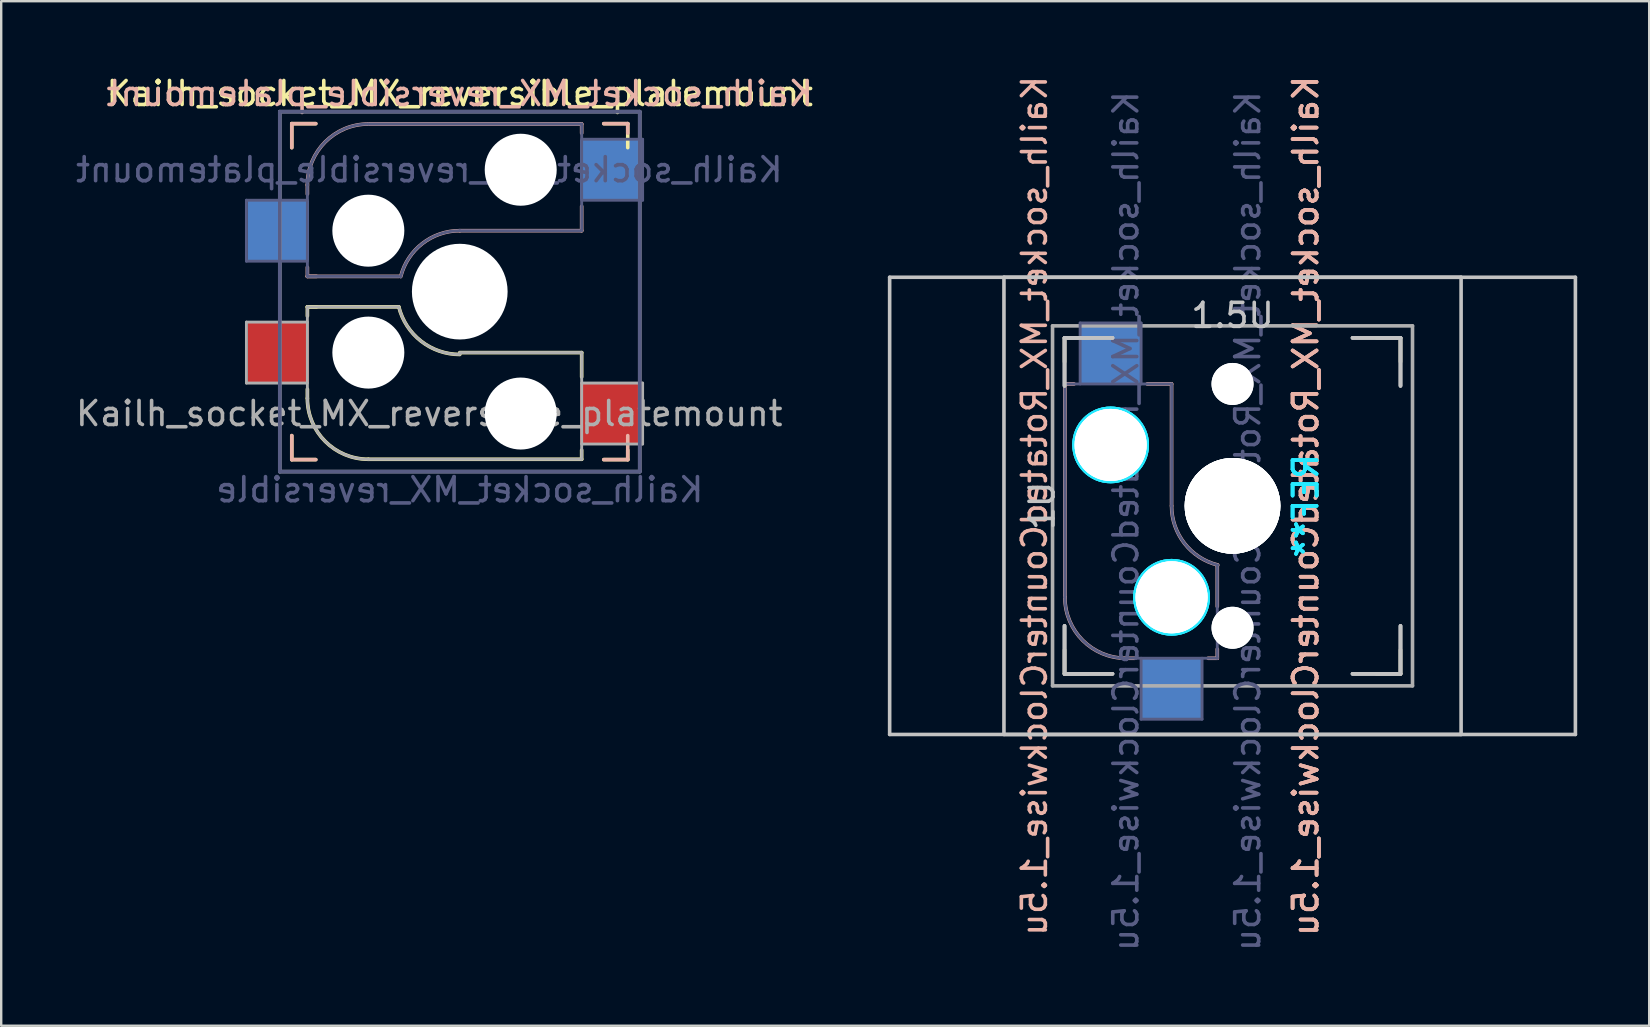
<source format=kicad_pcb>
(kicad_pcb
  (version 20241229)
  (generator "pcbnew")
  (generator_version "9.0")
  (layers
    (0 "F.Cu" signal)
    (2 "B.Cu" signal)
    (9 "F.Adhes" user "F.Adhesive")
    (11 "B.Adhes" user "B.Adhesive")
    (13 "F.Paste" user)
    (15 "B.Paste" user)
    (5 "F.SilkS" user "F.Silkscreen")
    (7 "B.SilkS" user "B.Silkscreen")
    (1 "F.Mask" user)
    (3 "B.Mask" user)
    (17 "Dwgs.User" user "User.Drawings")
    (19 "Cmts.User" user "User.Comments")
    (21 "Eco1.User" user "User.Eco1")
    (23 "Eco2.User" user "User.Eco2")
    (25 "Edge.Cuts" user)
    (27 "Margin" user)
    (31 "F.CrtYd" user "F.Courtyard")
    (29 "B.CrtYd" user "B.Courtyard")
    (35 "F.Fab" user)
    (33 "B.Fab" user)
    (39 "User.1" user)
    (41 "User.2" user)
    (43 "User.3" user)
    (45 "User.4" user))
  (footprint "Kailh_socket_MX_reversible_platemount"
    (layer "F.Cu")
    (at 16.109 9.103)
    (property "Reference" "Kailh_socket_MX_reversible_platemount" (at 0 -8.255 0) (layer "F.SilkS") (effects (font (size 1 1) (thickness 0.15))))
    (property "Value" "Kailh_socket_MX_reversible" (at 0 8.255 0) (layer "F.Fab") (hide yes) (effects (font (size 1 1) (thickness 0.15))))
    (attr smd)
    (fp_line (start -7 -7) (end -6 -7) (stroke (width 0.15) (type solid)) (layer "F.SilkS"))
    (fp_line (start -7 -6) (end -7 -7) (stroke (width 0.15) (type solid)) (layer "F.SilkS"))
    (fp_line (start -7 7) (end -7 6) (stroke (width 0.15) (type solid)) (layer "F.SilkS"))
    (fp_line (start -6.35 0.635) (end -5.969 0.635) (stroke (width 0.15) (type solid)) (layer "F.SilkS"))
    (fp_line (start -6.35 0.635) (end -2.54 0.635) (stroke (width 0.15) (type solid)) (layer "F.SilkS"))
    (fp_line (start -6.35 1.016) (end -6.35 0.635) (stroke (width 0.15) (type solid)) (layer "F.SilkS"))
    (fp_line (start -6.35 4.445) (end -6.35 4.064) (stroke (width 0.15) (type solid)) (layer "F.SilkS"))
    (fp_line (start -6 7) (end -7 7) (stroke (width 0.15) (type solid)) (layer "F.SilkS"))
    (fp_line (start 0 2.54) (end 5.08 2.54) (stroke (width 0.15) (type solid)) (layer "F.SilkS"))
    (fp_line (start 5.08 2.54) (end 5.08 3.556) (stroke (width 0.15) (type solid)) (layer "F.SilkS"))
    (fp_line (start 5.08 6.604) (end 5.08 6.985) (stroke (width 0.15) (type solid)) (layer "F.SilkS"))
    (fp_line (start 5.08 6.985) (end -3.81 6.985) (stroke (width 0.15) (type solid)) (layer "F.SilkS"))
    (fp_line (start 6 -7) (end 7 -7) (stroke (width 0.15) (type solid)) (layer "F.SilkS"))
    (fp_line (start 7 -7) (end 7 -6) (stroke (width 0.15) (type solid)) (layer "F.SilkS"))
    (fp_line (start 7 6.604) (end 7 7) (stroke (width 0.15) (type solid)) (layer "F.SilkS"))
    (fp_line (start 7 7) (end 6 7) (stroke (width 0.15) (type solid)) (layer "F.SilkS"))
    (fp_arc (start -3.81 6.985) (mid -5.606051 6.241051) (end -6.35 4.445) (stroke (width 0.15) (type solid)) (layer "F.SilkS"))
    (fp_arc (start -0.000001 2.618171) (mid -1.611255 2.063656) (end -2.539999 0.634999) (stroke (width 0.15) (type solid)) (layer "F.SilkS"))
    (fp_line (start -7 -7) (end -6 -7) (stroke (width 0.15) (type solid)) (layer "B.SilkS"))
    (fp_line (start -7 -6) (end -7 -7) (stroke (width 0.15) (type solid)) (layer "B.SilkS"))
    (fp_line (start -7 7) (end -7 6) (stroke (width 0.15) (type solid)) (layer "B.SilkS"))
    (fp_line (start -6.35 -4.445) (end -6.35 -4.064) (stroke (width 0.15) (type solid)) (layer "B.SilkS"))
    (fp_line (start -6.35 -1.016) (end -6.35 -0.635) (stroke (width 0.15) (type solid)) (layer "B.SilkS"))
    (fp_line (start -6.35 -0.635) (end -5.969 -0.635) (stroke (width 0.15) (type solid)) (layer "B.SilkS"))
    (fp_line (start -6.35 -0.635) (end -2.54 -0.635) (stroke (width 0.15) (type solid)) (layer "B.SilkS"))
    (fp_line (start -6 7) (end -7 7) (stroke (width 0.15) (type solid)) (layer "B.SilkS"))
    (fp_line (start 0 -2.54) (end 5.08 -2.54) (stroke (width 0.15) (type solid)) (layer "B.SilkS"))
    (fp_line (start 5.08 -6.985) (end -3.81 -6.985) (stroke (width 0.15) (type solid)) (layer "B.SilkS"))
    (fp_line (start 5.08 -6.604) (end 5.08 -6.985) (stroke (width 0.15) (type solid)) (layer "B.SilkS"))
    (fp_line (start 5.08 -2.54) (end 5.08 -3.556) (stroke (width 0.15) (type solid)) (layer "B.SilkS"))
    (fp_line (start 6 -7) (end 7 -7) (stroke (width 0.15) (type solid)) (layer "B.SilkS"))
    (fp_line (start 7 -7) (end 7 -6.604) (stroke (width 0.15) (type solid)) (layer "B.SilkS"))
    (fp_line (start 7 6) (end 7 7) (stroke (width 0.15) (type solid)) (layer "B.SilkS"))
    (fp_line (start 7 7) (end 6 7) (stroke (width 0.15) (type solid)) (layer "B.SilkS"))
    (fp_arc (start -6.35 -4.445) (mid -5.606051 -6.241051) (end -3.81 -6.985) (stroke (width 0.15) (type solid)) (layer "B.SilkS"))
    (fp_arc (start -2.461268 -0.627503) (mid -1.558484 -2.005674) (end 0 -2.54) (stroke (width 0.15) (type solid)) (layer "B.SilkS"))
    (fp_line (start -6.9 6.9) (end -6.9 -6.9) (stroke (width 0.15) (type solid)) (layer "Eco2.User"))
    (fp_line (start -6.9 6.9) (end 6.9 6.9) (stroke (width 0.15) (type solid)) (layer "Eco2.User"))
    (fp_line (start 6.9 -6.9) (end -6.9 -6.9) (stroke (width 0.15) (type solid)) (layer "Eco2.User"))
    (fp_line (start 6.9 -6.9) (end 6.9 6.9) (stroke (width 0.15) (type solid)) (layer "Eco2.User"))
    (fp_line (start -8.89 -3.81) (end -8.89 -1.27) (stroke (width 0.12) (type solid)) (layer "B.Fab"))
    (fp_line (start -8.89 -1.27) (end -6.35 -1.27) (stroke (width 0.12) (type solid)) (layer "B.Fab"))
    (fp_line (start -7.5 -7.5) (end 7.5 -7.5) (stroke (width 0.15) (type solid)) (layer "B.Fab"))
    (fp_line (start -7.5 7.5) (end -7.5 -7.5) (stroke (width 0.15) (type solid)) (layer "B.Fab"))
    (fp_line (start -6.35 -4.445) (end -6.35 -0.635) (stroke (width 0.12) (type solid)) (layer "B.Fab"))
    (fp_line (start -6.35 -3.81) (end -8.89 -3.81) (stroke (width 0.12) (type solid)) (layer "B.Fab"))
    (fp_line (start -6.35 -0.635) (end -2.54 -0.635) (stroke (width 0.12) (type solid)) (layer "B.Fab"))
    (fp_line (start 0 -2.54) (end 5.08 -2.54) (stroke (width 0.12) (type solid)) (layer "B.Fab"))
    (fp_line (start 5.08 -6.985) (end -3.81 -6.985) (stroke (width 0.12) (type solid)) (layer "B.Fab"))
    (fp_line (start 5.08 -3.81) (end 7.62 -3.81) (stroke (width 0.12) (type solid)) (layer "B.Fab"))
    (fp_line (start 5.08 -2.54) (end 5.08 -6.985) (stroke (width 0.12) (type solid)) (layer "B.Fab"))
    (fp_line (start 7.5 -7.5) (end 7.5 7.5) (stroke (width 0.15) (type solid)) (layer "B.Fab"))
    (fp_line (start 7.5 7.5) (end -7.5 7.5) (stroke (width 0.15) (type solid)) (layer "B.Fab"))
    (fp_line (start 7.62 -6.35) (end 5.08 -6.35) (stroke (width 0.12) (type solid)) (layer "B.Fab"))
    (fp_line (start 7.62 -3.81) (end 7.62 -6.35) (stroke (width 0.12) (type solid)) (layer "B.Fab"))
    (fp_arc (start -6.35 -4.445) (mid -5.606051 -6.241051) (end -3.81 -6.985) (stroke (width 0.12) (type solid)) (layer "B.Fab"))
    (fp_arc (start -2.464162 -0.61604) (mid -1.563147 -2.002042) (end 0 -2.54) (stroke (width 0.12) (type solid)) (layer "B.Fab"))
    (fp_line (start -8.89 1.27) (end -8.89 3.81) (stroke (width 0.12) (type solid)) (layer "F.Fab"))
    (fp_line (start -8.89 3.81) (end -6.35 3.81) (stroke (width 0.12) (type solid)) (layer "F.Fab"))
    (fp_line (start -7.5 -7.5) (end 7.5 -7.5) (stroke (width 0.15) (type solid)) (layer "F.Fab"))
    (fp_line (start -7.5 7.5) (end -7.5 -7.5) (stroke (width 0.15) (type solid)) (layer "F.Fab"))
    (fp_line (start -6.35 0.635) (end -6.35 4.445) (stroke (width 0.12) (type solid)) (layer "F.Fab"))
    (fp_line (start -6.35 1.27) (end -8.89 1.27) (stroke (width 0.12) (type solid)) (layer "F.Fab"))
    (fp_line (start -3.81 6.985) (end 5.08 6.985) (stroke (width 0.12) (type solid)) (layer "F.Fab"))
    (fp_line (start -2.54 0.635) (end -6.35 0.635) (stroke (width 0.12) (type solid)) (layer "F.Fab"))
    (fp_line (start 5.08 2.54) (end 0 2.54) (stroke (width 0.12) (type solid)) (layer "F.Fab"))
    (fp_line (start 5.08 6.35) (end 7.62 6.35) (stroke (width 0.12) (type solid)) (layer "F.Fab"))
    (fp_line (start 5.08 6.985) (end 5.08 2.54) (stroke (width 0.12) (type solid)) (layer "F.Fab"))
    (fp_line (start 7.5 -7.5) (end 7.5 7.5) (stroke (width 0.15) (type solid)) (layer "F.Fab"))
    (fp_line (start 7.5 7.5) (end -7.5 7.5) (stroke (width 0.15) (type solid)) (layer "F.Fab"))
    (fp_line (start 7.62 3.81) (end 5.08 3.81) (stroke (width 0.12) (type solid)) (layer "F.Fab"))
    (fp_line (start 7.62 6.35) (end 7.62 3.81) (stroke (width 0.12) (type solid)) (layer "F.Fab"))
    (fp_arc (start -3.81 6.985) (mid -5.606051 6.241051) (end -6.35 4.445) (stroke (width 0.12) (type solid)) (layer "F.Fab"))
    (fp_arc (start -0.000001 2.618171) (mid -1.611255 2.063656) (end -2.539999 0.634999) (stroke (width 0.12) (type solid)) (layer "F.Fab"))
    (fp_text user "${REFERENCE}" (at 0 -8.255 0) (layer "B.SilkS") (effects (font (size 1 1) (thickness 0.15)) (justify mirror)))
    (fp_text user "${REFERENCE}" (at -1.27 -5.08 0) (layer "B.Fab") (effects (font (size 1 1) (thickness 0.15)) (justify mirror)))
    (fp_text user "${VALUE}" (at 0 8.255 0) (layer "B.Fab") (effects (font (size 1 1) (thickness 0.15)) (justify mirror)))
    (fp_text user "${REFERENCE}" (at -1.27 5.08 0) (layer "F.Fab") (effects (font (size 1 1) (thickness 0.15))))
    (pad "" np_thru_hole circle (at -3.81 -2.54) (size 3 3) (drill 3) (layers "*.Cu" "*.Mask"))
    (pad "" np_thru_hole circle (at -3.81 2.54) (size 3 3) (drill 3) (layers "*.Cu" "*.Mask"))
    (pad "" np_thru_hole circle (at 0 0) (size 3.988 3.988) (drill 3.988) (layers "*.Cu" "*.Mask"))
    (pad "" np_thru_hole circle (at 2.54 -5.08) (size 3 3) (drill 3) (layers "*.Cu" "*.Mask"))
    (pad "" np_thru_hole circle (at 2.54 5.08) (size 3 3) (drill 3) (layers "*.Cu" "*.Mask"))
    (pad "1" smd rect (at 6.29 -5.08) (size 2.55 2.5) (layers "B.Cu" "B.Mask" "B.Paste"))
    (pad "1" smd rect (at 6.29 5.08) (size 2.55 2.5) (layers "F.Cu" "F.Mask" "F.Paste"))
    (pad "2" smd rect (at -7.56 -2.54) (size 2.55 2.5) (layers "B.Cu" "B.Mask" "B.Paste"))
    (pad "2" smd rect (at -7.56 2.54) (size 2.55 2.5) (layers "F.Cu" "F.Mask" "F.Paste")))
  (footprint "Kailh_socket_MX_RotatedCounterClockwise_1.5u"
    (layer "F.Cu")
    (at 43.739 17.522)
    (property "Reference" "Kailh_socket_MX_RotatedCounterClockwise_1.5u" (at -3.683 0.508 90) (layer "B.SilkS") (effects (font (size 1 1) (thickness 0.15)) (justify mirror)))
    (property "Value" "Kailh_socket_MX_RotatedCounterClockwise_1.5u" (at 12.827 0.508 90) (layer "F.Fab") (hide yes) (effects (font (size 1 1) (thickness 0.15))))
    (attr smd)
    (fp_line (start -2.428 -6.492) (end -2.428 -5.492) (stroke (width 0.15) (type solid)) (layer "F.SilkS"))
    (fp_line (start -2.428 -6.492) (end -1.428 -6.492) (stroke (width 0.15) (type solid)) (layer "F.SilkS"))
    (fp_line (start -2.428 6.508) (end -2.428 7.508) (stroke (width 0.15) (type solid)) (layer "F.SilkS"))
    (fp_line (start -1.428 7.508) (end -2.428 7.508) (stroke (width 0.15) (type solid)) (layer "F.SilkS"))
    (fp_line (start 10.572 -6.492) (end 11.572 -6.492) (stroke (width 0.15) (type solid)) (layer "F.SilkS"))
    (fp_line (start 11.572 -5.492) (end 11.572 -6.492) (stroke (width 0.15) (type solid)) (layer "F.SilkS"))
    (fp_line (start 11.572 7.508) (end 10.572 7.508) (stroke (width 0.15) (type solid)) (layer "F.SilkS"))
    (fp_line (start 11.572 7.508) (end 11.572 6.508) (stroke (width 0.15) (type solid)) (layer "F.SilkS"))
    (fp_line (start -2.413 -4.572) (end -2.032 -4.572) (stroke (width 0.15) (type solid)) (layer "B.SilkS"))
    (fp_line (start -2.413 4.318) (end -2.413 -4.572) (stroke (width 0.15) (type solid)) (layer "B.SilkS"))
    (fp_line (start 0.127 6.858) (end 0.508 6.858) (stroke (width 0.15) (type solid)) (layer "B.SilkS"))
    (fp_line (start 1.016 -4.572) (end 2.032 -4.572) (stroke (width 0.15) (type solid)) (layer "B.SilkS"))
    (fp_line (start 2.032 -4.572) (end 2.032 0.508) (stroke (width 0.15) (type solid)) (layer "B.SilkS"))
    (fp_line (start 3.556 6.858) (end 3.937 6.858) (stroke (width 0.15) (type solid)) (layer "B.SilkS"))
    (fp_line (start 3.937 2.972) (end 3.937 4.699) (stroke (width 0.15) (type solid)) (layer "B.SilkS"))
    (fp_line (start 3.937 6.477) (end 3.937 6.858) (stroke (width 0.15) (type solid)) (layer "B.SilkS"))
    (fp_arc (start 0.127 6.858) (mid -1.669051 6.114051) (end -2.413 4.318) (stroke (width 0.15) (type solid)) (layer "B.SilkS"))
    (fp_arc (start 3.95596 2.972162) (mid 2.569958 2.071147) (end 2.032 0.508) (stroke (width 0.15) (type solid)) (layer "B.SilkS"))
    (fp_line (start -9.716 -9.017) (end 18.86 -9.017) (stroke (width 0.15) (type solid)) (layer "Dwgs.User"))
    (fp_line (start -9.716 10.033) (end -9.716 -9.017) (stroke (width 0.15) (type solid)) (layer "Dwgs.User"))
    (fp_line (start -4.953 -9.017) (end 14.097 -9.017) (stroke (width 0.15) (type solid)) (layer "Dwgs.User"))
    (fp_line (start -4.953 10.033) (end -4.953 -9.017) (stroke (width 0.15) (type solid)) (layer "Dwgs.User"))
    (fp_line (start -2.428 -6.492) (end -0.428 -6.492) (stroke (width 0.15) (type solid)) (layer "Dwgs.User"))
    (fp_line (start -2.428 -6.492) (end -0.428 -6.492) (stroke (width 0.15) (type solid)) (layer "Dwgs.User"))
    (fp_line (start -2.428 -6.492) (end -0.428 -6.492) (stroke (width 0.15) (type solid)) (layer "Dwgs.User"))
    (fp_line (start -2.428 -4.492) (end -2.428 -6.492) (stroke (width 0.15) (type solid)) (layer "Dwgs.User"))
    (fp_line (start -2.428 -4.492) (end -2.428 -6.492) (stroke (width 0.15) (type solid)) (layer "Dwgs.User"))
    (fp_line (start -2.428 -4.492) (end -2.428 -6.492) (stroke (width 0.15) (type solid)) (layer "Dwgs.User"))
    (fp_line (start -2.428 5.508) (end -2.428 7.508) (stroke (width 0.15) (type solid)) (layer "Dwgs.User"))
    (fp_line (start -2.428 5.508) (end -2.428 7.508) (stroke (width 0.15) (type solid)) (layer "Dwgs.User"))
    (fp_line (start -2.428 5.508) (end -2.428 7.508) (stroke (width 0.15) (type solid)) (layer "Dwgs.User"))
    (fp_line (start -2.428 7.508) (end -0.428 7.508) (stroke (width 0.15) (type solid)) (layer "Dwgs.User"))
    (fp_line (start -2.428 7.508) (end -0.428 7.508) (stroke (width 0.15) (type solid)) (layer "Dwgs.User"))
    (fp_line (start -2.428 7.508) (end -0.428 7.508) (stroke (width 0.15) (type solid)) (layer "Dwgs.User"))
    (fp_line (start 9.572 7.508) (end 11.572 7.508) (stroke (width 0.15) (type solid)) (layer "Dwgs.User"))
    (fp_line (start 9.572 7.508) (end 11.572 7.508) (stroke (width 0.15) (type solid)) (layer "Dwgs.User"))
    (fp_line (start 9.572 7.508) (end 11.572 7.508) (stroke (width 0.15) (type solid)) (layer "Dwgs.User"))
    (fp_line (start 11.572 -6.492) (end 9.572 -6.492) (stroke (width 0.15) (type solid)) (layer "Dwgs.User"))
    (fp_line (start 11.572 -6.492) (end 9.572 -6.492) (stroke (width 0.15) (type solid)) (layer "Dwgs.User"))
    (fp_line (start 11.572 -6.492) (end 9.572 -6.492) (stroke (width 0.15) (type solid)) (layer "Dwgs.User"))
    (fp_line (start 11.572 -4.492) (end 11.572 -6.492) (stroke (width 0.15) (type solid)) (layer "Dwgs.User"))
    (fp_line (start 11.572 -4.492) (end 11.572 -6.492) (stroke (width 0.15) (type solid)) (layer "Dwgs.User"))
    (fp_line (start 11.572 -4.492) (end 11.572 -6.492) (stroke (width 0.15) (type solid)) (layer "Dwgs.User"))
    (fp_line (start 11.572 7.508) (end 11.572 5.508) (stroke (width 0.15) (type solid)) (layer "Dwgs.User"))
    (fp_line (start 11.572 7.508) (end 11.572 5.508) (stroke (width 0.15) (type solid)) (layer "Dwgs.User"))
    (fp_line (start 11.572 7.508) (end 11.572 5.508) (stroke (width 0.15) (type solid)) (layer "Dwgs.User"))
    (fp_line (start 14.097 -9.017) (end 14.097 10.033) (stroke (width 0.15) (type solid)) (layer "Dwgs.User"))
    (fp_line (start 14.097 10.033) (end -4.953 10.033) (stroke (width 0.15) (type solid)) (layer "Dwgs.User"))
    (fp_line (start 18.86 -9.017) (end 18.86 10.033) (stroke (width 0.15) (type solid)) (layer "Dwgs.User"))
    (fp_line (start 18.86 10.033) (end -9.716 10.033) (stroke (width 0.15) (type solid)) (layer "Dwgs.User"))
    (fp_line (start -2.328 -6.392) (end -2.328 7.408) (stroke (width 0.15) (type solid)) (layer "Eco2.User"))
    (fp_line (start -2.328 -6.392) (end 11.472 -6.392) (stroke (width 0.15) (type solid)) (layer "Eco2.User"))
    (fp_line (start 11.472 7.408) (end -2.328 7.408) (stroke (width 0.15) (type solid)) (layer "Eco2.User"))
    (fp_line (start 11.472 7.408) (end 11.472 -6.392) (stroke (width 0.15) (type solid)) (layer "Eco2.User"))
    (fp_circle (center -0.508 -2.032) (end -2.032 -2.032) (stroke (width 0.15) (type solid)) (fill no) (layer "B.CrtYd"))
    (fp_circle (center -0.508 -2.032) (end -2.032 -2.032) (stroke (width 0.15) (type solid)) (fill no) (layer "B.CrtYd"))
    (fp_circle (center -0.508 -2.032) (end -2.032 -2.032) (stroke (width 0.15) (type solid)) (fill no) (layer "B.CrtYd"))
    (fp_circle (center 2.032 4.318) (end 0.508 4.318) (stroke (width 0.15) (type solid)) (fill no) (layer "B.CrtYd"))
    (fp_circle (center 2.032 4.318) (end 0.508 4.318) (stroke (width 0.15) (type solid)) (fill no) (layer "B.CrtYd"))
    (fp_circle (center 2.032 4.318) (end 0.508 4.318) (stroke (width 0.15) (type solid)) (fill no) (layer "B.CrtYd"))
    (fp_line (start -2.413 -4.572) (end 2.032 -4.572) (stroke (width 0.12) (type solid)) (layer "B.Fab"))
    (fp_line (start -2.413 4.318) (end -2.413 -4.572) (stroke (width 0.12) (type solid)) (layer "B.Fab"))
    (fp_line (start -1.778 -7.112) (end 0.762 -7.112) (stroke (width 0.12) (type solid)) (layer "B.Fab"))
    (fp_line (start -1.778 -4.572) (end -1.778 -7.112) (stroke (width 0.12) (type solid)) (layer "B.Fab"))
    (fp_line (start 0.762 -7.112) (end 0.762 -4.572) (stroke (width 0.12) (type solid)) (layer "B.Fab"))
    (fp_line (start 0.762 9.398) (end 0.762 6.858) (stroke (width 0.12) (type solid)) (layer "B.Fab"))
    (fp_line (start 2.032 -4.572) (end 2.032 0.508) (stroke (width 0.12) (type solid)) (layer "B.Fab"))
    (fp_line (start 3.302 6.858) (end 3.302 9.398) (stroke (width 0.12) (type solid)) (layer "B.Fab"))
    (fp_line (start 3.302 9.398) (end 0.762 9.398) (stroke (width 0.12) (type solid)) (layer "B.Fab"))
    (fp_line (start 3.937 6.858) (end 0.127 6.858) (stroke (width 0.12) (type solid)) (layer "B.Fab"))
    (fp_line (start 3.937 6.858) (end 3.937 3.048) (stroke (width 0.12) (type solid)) (layer "B.Fab"))
    (fp_arc (start 0.127 6.858) (mid -1.669051 6.114051) (end -2.413 4.318) (stroke (width 0.12) (type solid)) (layer "B.Fab"))
    (fp_arc (start 3.95596 2.972162) (mid 2.569958 2.071147) (end 2.032 0.508) (stroke (width 0.12) (type solid)) (layer "B.Fab"))
    (fp_line (start -2.928 -6.992) (end 12.072 -6.992) (stroke (width 0.15) (type solid)) (layer "F.Fab"))
    (fp_line (start -2.928 8.008) (end -2.928 -6.992) (stroke (width 0.15) (type solid)) (layer "F.Fab"))
    (fp_line (start 12.072 -6.992) (end 12.072 8.008) (stroke (width 0.15) (type solid)) (layer "F.Fab"))
    (fp_line (start 12.072 8.008) (end -2.928 8.008) (stroke (width 0.15) (type solid)) (layer "F.Fab"))
    (fp_text user "${REFERENCE}" (at 7.62 0.508 90) (layer "B.SilkS") (effects (font (size 1 1) (thickness 0.15)) (justify mirror)))
    (fp_text user "${REFERENCE}" (at 7.62 0.508 90) (layer "B.SilkS") (effects (font (size 1 1) (thickness 0.15)) (justify mirror)))
    (fp_text user "${REFERENCE}" (at 7.62 0.508 90) (layer "B.SilkS") (effects (font (size 1 1) (thickness 0.15)) (justify mirror)))
    (fp_text user "1U" (at -3.365 0.508 90) (layer "Dwgs.User") (effects (font (size 1 1) (thickness 0.15))))
    (fp_text user "1.5U" (at 4.572 -7.429 0) (layer "Dwgs.User") (effects (font (size 1 1) (thickness 0.15))))
    (fp_text user "REF**" (at 7.62 0.508 90) (layer "B.CrtYd") (effects (font (size 1 1) (thickness 0.15)) (justify mirror)))
    (fp_text user "REF**" (at 7.62 0.508 90) (layer "B.CrtYd") (effects (font (size 1 1) (thickness 0.15)) (justify mirror)))
    (fp_text user "REF**" (at 7.62 0.508 90) (layer "B.CrtYd") (effects (font (size 1 1) (thickness 0.15)) (justify mirror)))
    (fp_text user "${VALUE}" (at 5.207 1.143 90) (layer "B.Fab") (effects (font (size 1 1) (thickness 0.15)) (justify mirror)))
    (fp_text user "${REFERENCE}" (at 0.127 1.143 90) (layer "B.Fab") (effects (font (size 1 1) (thickness 0.15)) (justify mirror)))
    (pad "" np_thru_hole circle (at -0.508 -2.032 90) (size 3 3) (drill 3) (layers "*.Cu" "*.Mask"))
    (pad "" np_thru_hole circle (at -0.508 -2.032 90) (size 3 3) (drill 3) (layers "*.Cu" "*.Mask"))
    (pad "" np_thru_hole circle (at -0.508 -2.032 90) (size 3 3) (drill 3) (layers "*.Cu" "*.Mask"))
    (pad "" np_thru_hole circle (at 2.032 4.318 90) (size 3 3) (drill 3) (layers "*.Cu" "*.Mask"))
    (pad "" np_thru_hole circle (at 2.032 4.318 90) (size 3 3) (drill 3) (layers "*.Cu" "*.Mask"))
    (pad "" np_thru_hole circle (at 2.032 4.318 90) (size 3 3) (drill 3) (layers "*.Cu" "*.Mask"))
    (pad "" np_thru_hole circle (at 4.572 -4.572 90) (size 1.702 1.702) (drill 1.702) (layers "*.Cu" "*.Mask"))
    (pad "" np_thru_hole circle (at 4.572 -4.572 138.1) (size 1.75 1.75) (drill 1.75) (layers "*.Cu" "*.Mask"))
    (pad "" np_thru_hole circle (at 4.572 -4.572 138.1) (size 1.75 1.75) (drill 1.75) (layers "*.Cu" "*.Mask"))
    (pad "" np_thru_hole circle (at 4.572 0.508 90) (size 3.988 3.988) (drill 3.988) (layers "*.Cu" "*.Mask"))
    (pad "" np_thru_hole circle (at 4.572 0.508 90) (size 3.988 3.988) (drill 3.988) (layers "*.Cu" "*.Mask"))
    (pad "" np_thru_hole circle (at 4.572 0.508 90) (size 3.988 3.988) (drill 3.988) (layers "*.Cu" "*.Mask"))
    (pad "" np_thru_hole circle (at 4.572 0.508 90) (size 3.988 3.988) (drill 3.988) (layers "*.Cu" "*.Mask"))
    (pad "" np_thru_hole circle (at 4.572 5.588 90) (size 1.702 1.702) (drill 1.702) (layers "*.Cu" "*.Mask"))
    (pad "" np_thru_hole circle (at 4.572 5.588 138.1) (size 1.75 1.75) (drill 1.75) (layers "*.Cu" "*.Mask"))
    (pad "" np_thru_hole circle (at 4.572 5.588 138.1) (size 1.75 1.75) (drill 1.75) (layers "*.Cu" "*.Mask"))
    (pad "1" smd rect (at 2.032 8.128 90) (size 2.55 2.5) (layers "B.Cu" "B.Mask" "B.Paste"))
    (pad "2" smd rect (at -0.508 -5.842 90) (size 2.55 2.5) (layers "B.Cu" "B.Mask" "B.Paste")))
  (gr_rect
    (start -3 -3)
    (end 65.674 39.695)
    (stroke (width 0.1) (type default))
    (fill no)
    (layer "Edge.Cuts")))
</source>
